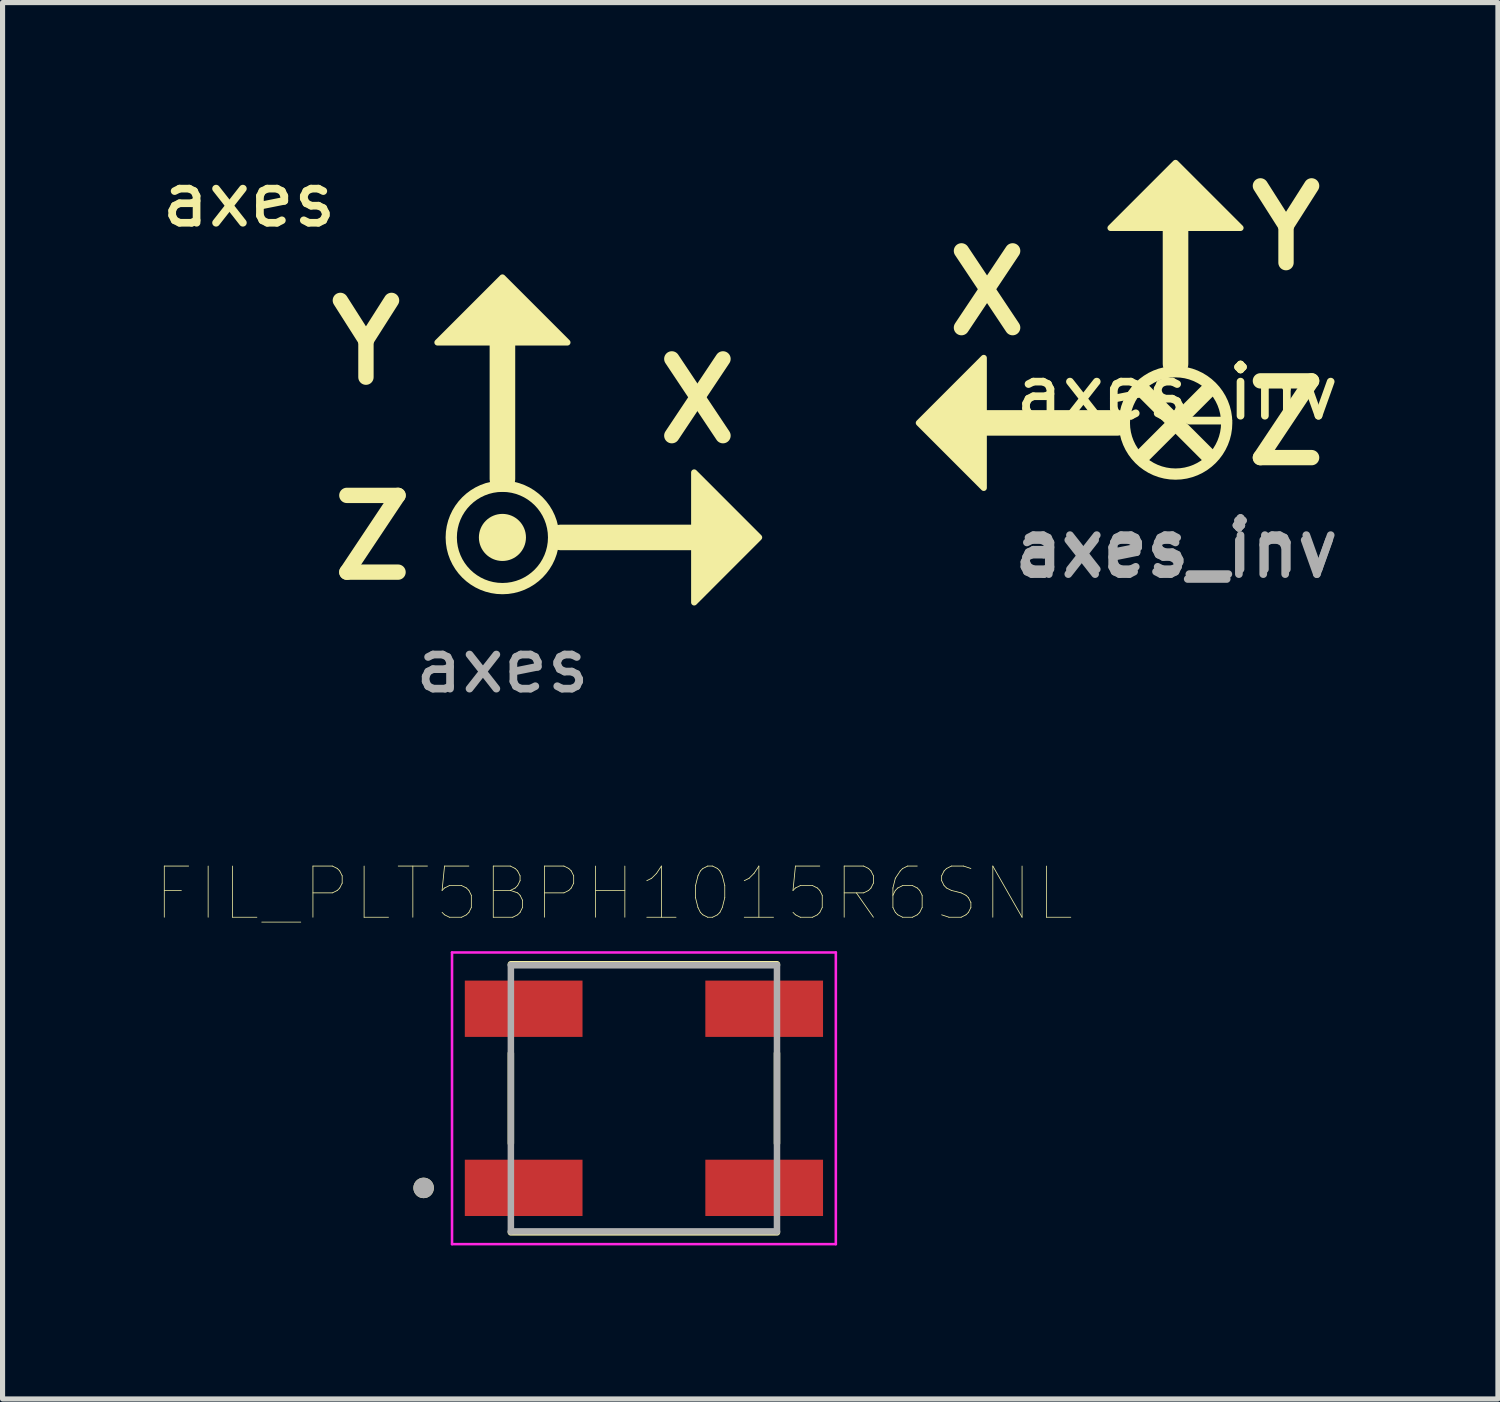
<source format=kicad_pcb>
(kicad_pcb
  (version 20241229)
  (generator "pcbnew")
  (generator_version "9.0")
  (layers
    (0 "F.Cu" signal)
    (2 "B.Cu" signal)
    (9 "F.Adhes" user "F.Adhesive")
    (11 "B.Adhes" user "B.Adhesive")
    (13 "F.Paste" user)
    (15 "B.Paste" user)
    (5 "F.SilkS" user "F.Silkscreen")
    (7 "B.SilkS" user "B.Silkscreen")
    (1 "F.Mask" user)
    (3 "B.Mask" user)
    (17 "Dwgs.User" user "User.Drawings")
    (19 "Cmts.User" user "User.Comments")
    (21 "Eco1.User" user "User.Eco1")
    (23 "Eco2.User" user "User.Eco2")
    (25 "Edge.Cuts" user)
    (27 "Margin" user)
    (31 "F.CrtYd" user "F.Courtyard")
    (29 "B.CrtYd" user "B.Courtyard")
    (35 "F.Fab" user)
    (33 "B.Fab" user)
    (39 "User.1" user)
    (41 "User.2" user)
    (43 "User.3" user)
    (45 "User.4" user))
  (footprint "axes"
    (layer "F.Cu")
    (at 6.768 7.452)
    (property "Reference" "axes" (at -4.953 -6.604 0) (unlocked yes) (layer "F.SilkS") (effects (font (size 1 1) (thickness 0.15))))
    (attr smd)
    (fp_line (start 0 -3.81) (end 0 -1.143) (stroke (width 0.5) (type solid)) (layer "F.SilkS"))
    (fp_line (start 3.81 0) (end 1.143 0) (stroke (width 0.5) (type solid)) (layer "F.SilkS"))
    (fp_circle (center 0 0) (end 0.4 0) (stroke (width 0.12) (type solid)) (fill yes) (layer "F.SilkS"))
    (fp_circle (center 0 0) (end 1 0) (stroke (width 0.22) (type solid)) (fill no) (layer "F.SilkS"))
    (fp_poly (pts (xy 1.27 -3.81) (xy -1.27 -3.81) (xy 0 -5.08)) (stroke (width 0.12) (type solid)) (fill yes) (layer "F.SilkS"))
    (fp_poly (pts (xy 5.016 0) (xy 3.747 1.27) (xy 3.747 -1.27)) (stroke (width 0.12) (type solid)) (fill yes) (layer "F.SilkS"))
    (fp_text user "X" (at 3.81 -2.667 0) (unlocked yes) (layer "F.SilkS") (effects (font (size 1.5 1.5) (thickness 0.3))))
    (fp_text user "Z" (at -2.54 0 0) (unlocked yes) (layer "F.SilkS") (effects (font (size 1.5 1.5) (thickness 0.3))))
    (fp_text user "Y" (at -2.667 -3.81 0) (unlocked yes) (layer "F.SilkS") (effects (font (size 1.5 1.5) (thickness 0.3))))
    (fp_text user "${REFERENCE}" (at 0 2.5 0) (unlocked yes) (layer "F.Fab") (effects (font (size 1 1) (thickness 0.15)))))
  (footprint "FIL_PLT5BPH1015R6SNL"
    (layer "F.Cu")
    (at 9.533 18.412)
    (property "Reference" "FIL_PLT5BPH1015R6SNL" (at -0.587 -4 0) (layer "F.SilkS") (effects (font (size 1 1) (thickness 0.015))))
    (attr through_hole)
    (fp_line (start -2.6 -2.62) (end 2.6 -2.62) (stroke (width 0.127) (type solid)) (layer "F.SilkS"))
    (fp_line (start -2.6 0.88) (end -2.6 -0.88) (stroke (width 0.127) (type solid)) (layer "F.SilkS"))
    (fp_line (start 2.6 -0.88) (end 2.6 0.88) (stroke (width 0.127) (type solid)) (layer "F.SilkS"))
    (fp_line (start 2.6 2.62) (end -2.6 2.62) (stroke (width 0.127) (type solid)) (layer "F.SilkS"))
    (fp_circle (center -4.305 1.751) (end -4.205 1.751) (stroke (width 0.2) (type solid)) (fill no) (layer "F.SilkS"))
    (fp_line (start -3.75 -2.85) (end 3.75 -2.85) (stroke (width 0.05) (type solid)) (layer "F.CrtYd"))
    (fp_line (start -3.75 2.85) (end -3.75 -2.85) (stroke (width 0.05) (type solid)) (layer "F.CrtYd"))
    (fp_line (start 3.75 -2.85) (end 3.75 2.85) (stroke (width 0.05) (type solid)) (layer "F.CrtYd"))
    (fp_line (start 3.75 2.85) (end -3.75 2.85) (stroke (width 0.05) (type solid)) (layer "F.CrtYd"))
    (fp_line (start -2.6 -2.6) (end 2.6 -2.6) (stroke (width 0.127) (type solid)) (layer "F.Fab"))
    (fp_line (start -2.6 2.6) (end -2.6 -2.6) (stroke (width 0.127) (type solid)) (layer "F.Fab"))
    (fp_line (start 2.6 -2.6) (end 2.6 2.6) (stroke (width 0.127) (type solid)) (layer "F.Fab"))
    (fp_line (start 2.6 2.6) (end -2.6 2.6) (stroke (width 0.127) (type solid)) (layer "F.Fab"))
    (fp_circle (center -4.305 1.751) (end -4.205 1.751) (stroke (width 0.2) (type solid)) (fill no) (layer "F.Fab"))
    (pad "1" smd rect (at -2.35 1.75) (size 2.3 1.1) (layers "F.Cu" "F.Mask" "F.Paste"))
    (pad "2" smd rect (at 2.35 1.75) (size 2.3 1.1) (layers "F.Cu" "F.Mask" "F.Paste"))
    (pad "3" smd rect (at 2.35 -1.75) (size 2.3 1.1) (layers "F.Cu" "F.Mask" "F.Paste"))
    (pad "4" smd rect (at -2.35 -1.75) (size 2.3 1.1) (layers "F.Cu" "F.Mask" "F.Paste")))
  (footprint "axes_inv"
    (layer "F.Cu")
    (at 19.921 5.214)
    (property "Reference" "axes_inv" (at 0.032 -0.595 0) (unlocked yes) (layer "F.SilkS") (effects (font (size 1 1) (thickness 0.15))))
    (attr smd)
    (fp_line (start -3.81 0) (end -1.143 0) (stroke (width 0.5) (type solid)) (layer "F.SilkS"))
    (fp_line (start 0 -3.823) (end 0 -1.156) (stroke (width 0.5) (type solid)) (layer "F.SilkS"))
    (fp_line (start 0 0) (end -0.635 -0.635) (stroke (width 0.3) (type solid)) (layer "F.SilkS"))
    (fp_line (start 0 0) (end -0.635 0.635) (stroke (width 0.3) (type solid)) (layer "F.SilkS"))
    (fp_line (start 0 0) (end 0.635 -0.635) (stroke (width 0.3) (type solid)) (layer "F.SilkS"))
    (fp_line (start 0 0) (end 0.635 0.635) (stroke (width 0.3) (type solid)) (layer "F.SilkS"))
    (fp_circle (center 0 0) (end 1 0) (stroke (width 0.22) (type solid)) (fill no) (layer "F.SilkS"))
    (fp_poly (pts (xy -5.016 0) (xy -3.747 1.27) (xy -3.747 -1.27)) (stroke (width 0.12) (type solid)) (fill yes) (layer "F.SilkS"))
    (fp_poly (pts (xy 1.27 -3.81) (xy -1.27 -3.81) (xy 0 -5.08)) (stroke (width 0.12) (type solid)) (fill yes) (layer "F.SilkS"))
    (fp_text user "Y" (at 2.159 -3.81 0) (unlocked yes) (layer "F.SilkS") (effects (font (size 1.5 1.5) (thickness 0.3))))
    (fp_text user "Z" (at 2.159 0 0) (unlocked yes) (layer "F.SilkS") (effects (font (size 1.5 1.5) (thickness 0.3))))
    (fp_text user "X" (at -3.683 -2.54 0) (unlocked yes) (layer "F.SilkS") (effects (font (size 1.5 1.5) (thickness 0.3))))
    (fp_text user "${REFERENCE}" (at 0 2.5 0) (unlocked yes) (layer "F.Fab") (effects (font (size 1 1) (thickness 0.15))))
    (fp_text user "${REFERENCE}" (at 0.032 2.405 0) (unlocked yes) (layer "F.Fab") (effects (font (size 1 1) (thickness 0.15)))))
  (gr_rect
    (start -3 -3)
    (end 26.221 24.287)
    (stroke (width 0.1) (type default))
    (fill no)
    (layer "Edge.Cuts")))
</source>
